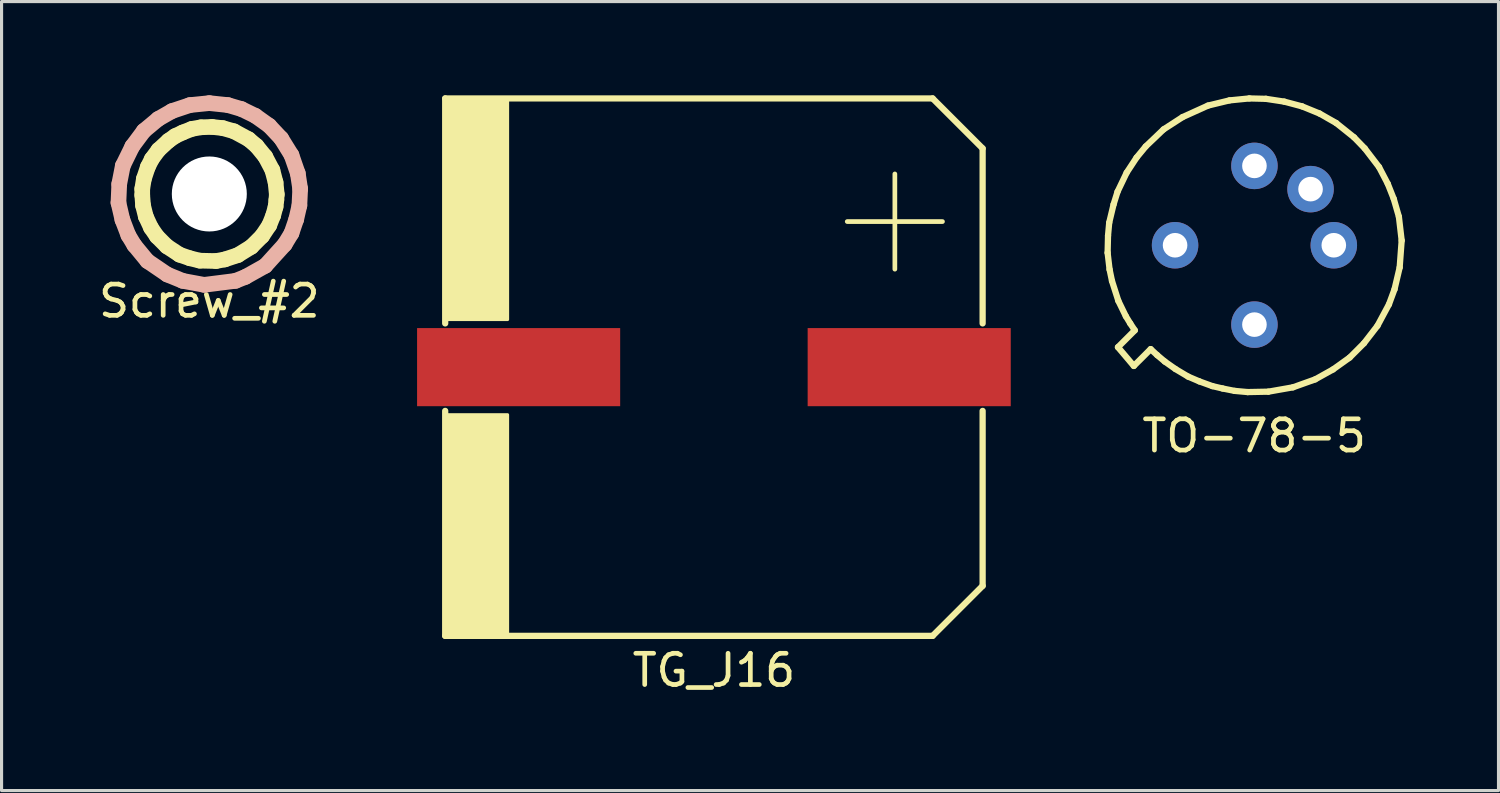
<source format=kicad_pcb>
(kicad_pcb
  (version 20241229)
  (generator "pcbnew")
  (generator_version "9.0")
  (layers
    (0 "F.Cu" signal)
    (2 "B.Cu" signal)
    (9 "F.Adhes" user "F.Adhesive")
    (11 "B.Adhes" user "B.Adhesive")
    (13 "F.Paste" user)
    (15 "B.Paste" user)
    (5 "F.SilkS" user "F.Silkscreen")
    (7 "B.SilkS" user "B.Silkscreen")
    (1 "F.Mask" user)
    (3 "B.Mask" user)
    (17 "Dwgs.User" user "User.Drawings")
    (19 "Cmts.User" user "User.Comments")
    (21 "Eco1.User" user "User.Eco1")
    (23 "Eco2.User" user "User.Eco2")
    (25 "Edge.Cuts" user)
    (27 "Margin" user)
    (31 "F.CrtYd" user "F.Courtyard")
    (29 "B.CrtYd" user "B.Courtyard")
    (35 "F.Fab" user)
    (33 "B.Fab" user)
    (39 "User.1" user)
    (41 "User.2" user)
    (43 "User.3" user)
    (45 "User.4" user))
  (footprint "TG_J16"
    (layer "F.Cu")
    (at 19.798 8.7)
    (property "Reference" "TG_J16" (at 0 9.703 0) (layer "F.SilkS") (effects (font (size 1 1) (thickness 0.15))))
    (attr through_hole)
    (fp_line (start -8.6 -8.6) (end -8.6 -1.4) (stroke (width 0.2) (type solid)) (layer "F.SilkS"))
    (fp_line (start -8.6 -8.6) (end 7 -8.6) (stroke (width 0.2) (type solid)) (layer "F.SilkS"))
    (fp_line (start -8.6 8.6) (end -8.6 1.4) (stroke (width 0.2) (type solid)) (layer "F.SilkS"))
    (fp_line (start -8.6 8.6) (end 7 8.6) (stroke (width 0.2) (type solid)) (layer "F.SilkS"))
    (fp_line (start 7 -8.6) (end 8.6 -7) (stroke (width 0.2) (type solid)) (layer "F.SilkS"))
    (fp_line (start 8.6 -1.4) (end 8.6 -7) (stroke (width 0.2) (type solid)) (layer "F.SilkS"))
    (fp_line (start 8.6 1.4) (end 8.6 7) (stroke (width 0.2) (type solid)) (layer "F.SilkS"))
    (fp_line (start 8.6 7) (end 7 8.6) (stroke (width 0.2) (type solid)) (layer "F.SilkS"))
    (fp_poly (pts (xy -8.534 -8.534) (xy -6.604 -8.534) (xy -6.604 -1.524) (xy -8.534 -1.524)) (stroke (width 0.1) (type solid)) (fill yes) (layer "F.SilkS"))
    (fp_poly (pts (xy -8.534 8.534) (xy -6.604 8.534) (xy -6.604 1.524) (xy -8.534 1.524)) (stroke (width 0.1) (type solid)) (fill yes) (layer "F.SilkS"))
    (fp_text user "+" (at 5.791 -4.978 0) (layer "F.SilkS") (effects (font (size 4 4) (thickness 0.15))))
    (pad "1" smd rect (at 6.25 0) (size 6.5 2.5) (layers "F.Cu" "F.Mask" "F.Paste"))
    (pad "2" smd rect (at -6.25 0) (size 6.5 2.5) (layers "F.Cu" "F.Mask" "F.Paste")))
  (footprint "Screw_#2"
    (layer "F.Cu")
    (at 3.649 3.158)
    (property "Reference" "Screw_#2" (at 0 3.429 0) (layer "F.SilkS") (effects (font (size 1 1) (thickness 0.15))))
    (attr through_hole)
    (fp_line (start -2.146 -0.165) (end -2.146 0.038) (stroke (width 0.5) (type solid)) (layer "F.SilkS"))
    (fp_line (start -2.146 0.038) (end -2.121 0.368) (stroke (width 0.5) (type solid)) (layer "F.SilkS"))
    (fp_line (start -2.121 0.368) (end -2.032 0.724) (stroke (width 0.5) (type solid)) (layer "F.SilkS"))
    (fp_line (start -2.095 -0.483) (end -2.146 -0.165) (stroke (width 0.5) (type solid)) (layer "F.SilkS"))
    (fp_line (start -2.032 0.724) (end -1.867 1.079) (stroke (width 0.5) (type solid)) (layer "F.SilkS"))
    (fp_line (start -1.968 -0.864) (end -2.095 -0.483) (stroke (width 0.5) (type solid)) (layer "F.SilkS"))
    (fp_line (start -1.867 1.079) (end -1.676 1.359) (stroke (width 0.5) (type solid)) (layer "F.SilkS"))
    (fp_line (start -1.841 -1.118) (end -1.968 -0.864) (stroke (width 0.5) (type solid)) (layer "F.SilkS"))
    (fp_line (start -1.676 1.359) (end -1.359 1.676) (stroke (width 0.5) (type solid)) (layer "F.SilkS"))
    (fp_line (start -1.626 -1.41) (end -1.841 -1.118) (stroke (width 0.5) (type solid)) (layer "F.SilkS"))
    (fp_line (start -1.359 1.676) (end -0.953 1.943) (stroke (width 0.5) (type solid)) (layer "F.SilkS"))
    (fp_line (start -1.308 -1.702) (end -1.626 -1.41) (stroke (width 0.5) (type solid)) (layer "F.SilkS"))
    (fp_line (start -1.092 -1.854) (end -1.308 -1.702) (stroke (width 0.5) (type solid)) (layer "F.SilkS"))
    (fp_line (start -0.953 1.943) (end -0.622 2.057) (stroke (width 0.5) (type solid)) (layer "F.SilkS"))
    (fp_line (start -0.851 -1.968) (end -1.092 -1.854) (stroke (width 0.5) (type solid)) (layer "F.SilkS"))
    (fp_line (start -0.622 2.057) (end -0.305 2.134) (stroke (width 0.5) (type solid)) (layer "F.SilkS"))
    (fp_line (start -0.559 -2.083) (end -0.851 -1.968) (stroke (width 0.5) (type solid)) (layer "F.SilkS"))
    (fp_line (start -0.305 2.134) (end 0.216 2.146) (stroke (width 0.5) (type solid)) (layer "F.SilkS"))
    (fp_line (start -0.267 -2.134) (end -0.559 -2.083) (stroke (width 0.5) (type solid)) (layer "F.SilkS"))
    (fp_line (start 0.089 -2.146) (end -0.267 -2.134) (stroke (width 0.5) (type solid)) (layer "F.SilkS"))
    (fp_line (start 0.216 2.146) (end 0.495 2.095) (stroke (width 0.5) (type solid)) (layer "F.SilkS"))
    (fp_line (start 0.432 -2.108) (end 0.089 -2.146) (stroke (width 0.5) (type solid)) (layer "F.SilkS"))
    (fp_line (start 0.495 2.095) (end 0.914 1.956) (stroke (width 0.5) (type solid)) (layer "F.SilkS"))
    (fp_line (start 0.787 -2.007) (end 0.432 -2.108) (stroke (width 0.5) (type solid)) (layer "F.SilkS"))
    (fp_line (start 0.914 1.956) (end 1.346 1.689) (stroke (width 0.5) (type solid)) (layer "F.SilkS"))
    (fp_line (start 1.257 -1.753) (end 0.787 -2.007) (stroke (width 0.5) (type solid)) (layer "F.SilkS"))
    (fp_line (start 1.346 1.689) (end 1.689 1.346) (stroke (width 0.5) (type solid)) (layer "F.SilkS"))
    (fp_line (start 1.511 -1.537) (end 1.257 -1.753) (stroke (width 0.5) (type solid)) (layer "F.SilkS"))
    (fp_line (start 1.689 1.346) (end 1.918 1.003) (stroke (width 0.5) (type solid)) (layer "F.SilkS"))
    (fp_line (start 1.791 -1.194) (end 1.511 -1.537) (stroke (width 0.5) (type solid)) (layer "F.SilkS"))
    (fp_line (start 1.918 1.003) (end 2.045 0.686) (stroke (width 0.5) (type solid)) (layer "F.SilkS"))
    (fp_line (start 2.019 -0.762) (end 1.791 -1.194) (stroke (width 0.5) (type solid)) (layer "F.SilkS"))
    (fp_line (start 2.045 0.686) (end 2.121 0.406) (stroke (width 0.5) (type solid)) (layer "F.SilkS"))
    (fp_line (start 2.121 -0.368) (end 2.019 -0.762) (stroke (width 0.5) (type solid)) (layer "F.SilkS"))
    (fp_line (start 2.121 0.406) (end 2.146 0.191) (stroke (width 0.5) (type solid)) (layer "F.SilkS"))
    (fp_line (start 2.146 0.191) (end 2.159 0.013) (stroke (width 0.5) (type solid)) (layer "F.SilkS"))
    (fp_line (start 2.159 0.013) (end 2.121 -0.368) (stroke (width 0.5) (type solid)) (layer "F.SilkS"))
    (fp_line (start -2.908 0.279) (end -2.781 0.826) (stroke (width 0.5) (type solid)) (layer "B.SilkS"))
    (fp_line (start -2.883 -0.318) (end -2.908 0.279) (stroke (width 0.5) (type solid)) (layer "B.SilkS"))
    (fp_line (start -2.781 0.826) (end -2.591 1.321) (stroke (width 0.5) (type solid)) (layer "B.SilkS"))
    (fp_line (start -2.769 -0.902) (end -2.883 -0.318) (stroke (width 0.5) (type solid)) (layer "B.SilkS"))
    (fp_line (start -2.591 1.321) (end -2.4 1.638) (stroke (width 0.5) (type solid)) (layer "B.SilkS"))
    (fp_line (start -2.464 -1.524) (end -2.769 -0.902) (stroke (width 0.5) (type solid)) (layer "B.SilkS"))
    (fp_line (start -2.4 1.638) (end -1.981 2.146) (stroke (width 0.5) (type solid)) (layer "B.SilkS"))
    (fp_line (start -2.095 -2.019) (end -2.464 -1.524) (stroke (width 0.5) (type solid)) (layer "B.SilkS"))
    (fp_line (start -1.981 2.146) (end -1.346 2.578) (stroke (width 0.5) (type solid)) (layer "B.SilkS"))
    (fp_line (start -1.638 -2.4) (end -2.095 -2.019) (stroke (width 0.5) (type solid)) (layer "B.SilkS"))
    (fp_line (start -1.346 2.578) (end -0.851 2.781) (stroke (width 0.5) (type solid)) (layer "B.SilkS"))
    (fp_line (start -1.194 -2.654) (end -1.638 -2.4) (stroke (width 0.5) (type solid)) (layer "B.SilkS"))
    (fp_line (start -0.851 2.781) (end -0.165 2.908) (stroke (width 0.5) (type solid)) (layer "B.SilkS"))
    (fp_line (start -0.622 -2.845) (end -1.194 -2.654) (stroke (width 0.5) (type solid)) (layer "B.SilkS"))
    (fp_line (start -0.165 2.908) (end 0.838 2.781) (stroke (width 0.5) (type solid)) (layer "B.SilkS"))
    (fp_line (start 0 -2.908) (end -0.622 -2.845) (stroke (width 0.5) (type solid)) (layer "B.SilkS"))
    (fp_line (start 0.597 -2.845) (end 0 -2.908) (stroke (width 0.5) (type solid)) (layer "B.SilkS"))
    (fp_line (start 0.838 2.781) (end 1.156 2.654) (stroke (width 0.5) (type solid)) (layer "B.SilkS"))
    (fp_line (start 1.029 -2.718) (end 0.597 -2.845) (stroke (width 0.5) (type solid)) (layer "B.SilkS"))
    (fp_line (start 1.156 2.654) (end 1.791 2.299) (stroke (width 0.5) (type solid)) (layer "B.SilkS"))
    (fp_line (start 1.473 -2.502) (end 1.029 -2.718) (stroke (width 0.5) (type solid)) (layer "B.SilkS"))
    (fp_line (start 1.791 2.299) (end 2.413 1.613) (stroke (width 0.5) (type solid)) (layer "B.SilkS"))
    (fp_line (start 1.918 -2.184) (end 1.473 -2.502) (stroke (width 0.5) (type solid)) (layer "B.SilkS"))
    (fp_line (start 2.299 -1.778) (end 1.918 -2.184) (stroke (width 0.5) (type solid)) (layer "B.SilkS"))
    (fp_line (start 2.413 1.613) (end 2.629 1.257) (stroke (width 0.5) (type solid)) (layer "B.SilkS"))
    (fp_line (start 2.629 -1.245) (end 2.299 -1.778) (stroke (width 0.5) (type solid)) (layer "B.SilkS"))
    (fp_line (start 2.629 1.257) (end 2.781 0.813) (stroke (width 0.5) (type solid)) (layer "B.SilkS"))
    (fp_line (start 2.781 0.813) (end 2.883 0.368) (stroke (width 0.5) (type solid)) (layer "B.SilkS"))
    (fp_line (start 2.832 -0.66) (end 2.629 -1.245) (stroke (width 0.5) (type solid)) (layer "B.SilkS"))
    (fp_line (start 2.883 0.368) (end 2.908 -0.165) (stroke (width 0.5) (type solid)) (layer "B.SilkS"))
    (fp_line (start 2.908 -0.165) (end 2.832 -0.66) (stroke (width 0.5) (type solid)) (layer "B.SilkS"))
    (pad "" np_thru_hole circle (at 0 0) (size 2.4 2.4) (drill 2.4) (layers "*.Cu" "*.Mask")))
  (footprint "TO-78-5"
    (layer "F.Cu")
    (at 37.097 4.799)
    (property "Reference" "TO-78-5" (at -0.01 6.1 0) (layer "F.SilkS") (effects (font (size 1 1) (thickness 0.15))))
    (attr through_hole)
    (fp_line (start -4.699 0.241) (end -4.636 0.775) (stroke (width 0.2) (type solid)) (layer "F.SilkS"))
    (fp_line (start -4.686 -0.305) (end -4.699 0.241) (stroke (width 0.2) (type solid)) (layer "F.SilkS"))
    (fp_line (start -4.648 -0.724) (end -4.686 -0.305) (stroke (width 0.2) (type solid)) (layer "F.SilkS"))
    (fp_line (start -4.636 0.775) (end -4.559 1.143) (stroke (width 0.2) (type solid)) (layer "F.SilkS"))
    (fp_line (start -4.559 1.143) (end -4.356 1.778) (stroke (width 0.2) (type solid)) (layer "F.SilkS"))
    (fp_line (start -4.508 -1.308) (end -4.648 -0.724) (stroke (width 0.2) (type solid)) (layer "F.SilkS"))
    (fp_line (start -4.381 -1.714) (end -4.508 -1.308) (stroke (width 0.2) (type solid)) (layer "F.SilkS"))
    (fp_line (start -4.368 3.262) (end -3.86 3.863) (stroke (width 0.2) (type solid)) (layer "F.SilkS"))
    (fp_line (start -4.356 1.778) (end -4.115 2.273) (stroke (width 0.2) (type solid)) (layer "F.SilkS"))
    (fp_line (start -4.115 2.273) (end -3.975 2.502) (stroke (width 0.2) (type solid)) (layer "F.SilkS"))
    (fp_line (start -4.089 -2.324) (end -4.381 -1.714) (stroke (width 0.2) (type solid)) (layer "F.SilkS"))
    (fp_line (start -3.975 2.502) (end -3.829 2.723) (stroke (width 0.2) (type solid)) (layer "F.SilkS"))
    (fp_line (start -3.829 2.723) (end -4.368 3.262) (stroke (width 0.2) (type solid)) (layer "F.SilkS"))
    (fp_line (start -3.772 -2.807) (end -4.089 -2.324) (stroke (width 0.2) (type solid)) (layer "F.SilkS"))
    (fp_line (start -3.48 -3.162) (end -3.772 -2.807) (stroke (width 0.2) (type solid)) (layer "F.SilkS"))
    (fp_line (start -3.321 3.324) (end -3.86 3.863) (stroke (width 0.2) (type solid)) (layer "F.SilkS"))
    (fp_line (start -3.321 3.324) (end -3.111 3.518) (stroke (width 0.2) (type solid)) (layer "F.SilkS"))
    (fp_line (start -3.111 3.518) (end -2.87 3.721) (stroke (width 0.2) (type solid)) (layer "F.SilkS"))
    (fp_line (start -2.908 -3.708) (end -3.48 -3.162) (stroke (width 0.2) (type solid)) (layer "F.SilkS"))
    (fp_line (start -2.87 3.721) (end -2.527 3.962) (stroke (width 0.2) (type solid)) (layer "F.SilkS"))
    (fp_line (start -2.527 3.962) (end -2.121 4.204) (stroke (width 0.2) (type solid)) (layer "F.SilkS"))
    (fp_line (start -2.299 -4.102) (end -2.908 -3.708) (stroke (width 0.2) (type solid)) (layer "F.SilkS"))
    (fp_line (start -2.121 4.204) (end -1.765 4.356) (stroke (width 0.2) (type solid)) (layer "F.SilkS"))
    (fp_line (start -1.765 4.356) (end -1.346 4.508) (stroke (width 0.2) (type solid)) (layer "F.SilkS"))
    (fp_line (start -1.486 -4.47) (end -2.299 -4.102) (stroke (width 0.2) (type solid)) (layer "F.SilkS"))
    (fp_line (start -1.346 4.508) (end -1.016 4.585) (stroke (width 0.2) (type solid)) (layer "F.SilkS"))
    (fp_line (start -1.016 4.585) (end -0.635 4.661) (stroke (width 0.2) (type solid)) (layer "F.SilkS"))
    (fp_line (start -0.8 -4.636) (end -1.486 -4.47) (stroke (width 0.2) (type solid)) (layer "F.SilkS"))
    (fp_line (start -0.635 4.661) (end -0.216 4.699) (stroke (width 0.2) (type solid)) (layer "F.SilkS"))
    (fp_line (start -0.216 4.699) (end 0.445 4.686) (stroke (width 0.2) (type solid)) (layer "F.SilkS"))
    (fp_line (start -0.165 -4.699) (end -0.8 -4.636) (stroke (width 0.2) (type solid)) (layer "F.SilkS"))
    (fp_line (start 0.368 -4.686) (end -0.165 -4.699) (stroke (width 0.2) (type solid)) (layer "F.SilkS"))
    (fp_line (start 0.445 4.686) (end 1.232 4.547) (stroke (width 0.2) (type solid)) (layer "F.SilkS"))
    (fp_line (start 0.953 -4.597) (end 0.368 -4.686) (stroke (width 0.2) (type solid)) (layer "F.SilkS"))
    (fp_line (start 1.232 4.547) (end 1.943 4.293) (stroke (width 0.2) (type solid)) (layer "F.SilkS"))
    (fp_line (start 1.524 -4.445) (end 0.953 -4.597) (stroke (width 0.2) (type solid)) (layer "F.SilkS"))
    (fp_line (start 1.943 4.293) (end 2.515 3.975) (stroke (width 0.2) (type solid)) (layer "F.SilkS"))
    (fp_line (start 2.083 -4.216) (end 1.524 -4.445) (stroke (width 0.2) (type solid)) (layer "F.SilkS"))
    (fp_line (start 2.515 3.975) (end 3.048 3.594) (stroke (width 0.2) (type solid)) (layer "F.SilkS"))
    (fp_line (start 2.616 -3.912) (end 2.083 -4.216) (stroke (width 0.2) (type solid)) (layer "F.SilkS"))
    (fp_line (start 3.048 3.594) (end 3.505 3.137) (stroke (width 0.2) (type solid)) (layer "F.SilkS"))
    (fp_line (start 3.188 -3.454) (end 2.616 -3.912) (stroke (width 0.2) (type solid)) (layer "F.SilkS"))
    (fp_line (start 3.505 3.137) (end 3.937 2.578) (stroke (width 0.2) (type solid)) (layer "F.SilkS"))
    (fp_line (start 3.531 -3.099) (end 3.188 -3.454) (stroke (width 0.2) (type solid)) (layer "F.SilkS"))
    (fp_line (start 3.937 2.578) (end 4.305 1.892) (stroke (width 0.2) (type solid)) (layer "F.SilkS"))
    (fp_line (start 3.988 -2.502) (end 3.531 -3.099) (stroke (width 0.2) (type solid)) (layer "F.SilkS"))
    (fp_line (start 4.267 -1.968) (end 3.988 -2.502) (stroke (width 0.2) (type solid)) (layer "F.SilkS"))
    (fp_line (start 4.305 1.892) (end 4.483 1.41) (stroke (width 0.2) (type solid)) (layer "F.SilkS"))
    (fp_line (start 4.458 -1.486) (end 4.267 -1.968) (stroke (width 0.2) (type solid)) (layer "F.SilkS"))
    (fp_line (start 4.483 1.41) (end 4.648 0.711) (stroke (width 0.2) (type solid)) (layer "F.SilkS"))
    (fp_line (start 4.623 -0.914) (end 4.458 -1.486) (stroke (width 0.2) (type solid)) (layer "F.SilkS"))
    (fp_line (start 4.648 0.711) (end 4.712 -0.152) (stroke (width 0.2) (type solid)) (layer "F.SilkS"))
    (fp_line (start 4.712 -0.152) (end 4.623 -0.914) (stroke (width 0.2) (type solid)) (layer "F.SilkS"))
    (pad "1" thru_hole circle (at 0 2.54) (size 1.488 1.488) (drill 0.787) (layers "*.Cu" "*.Mask"))
    (pad "3" thru_hole circle (at 2.54 0) (size 1.488 1.488) (drill 0.787) (layers "*.Cu" "*.Mask"))
    (pad "4" thru_hole circle (at 1.796 -1.796) (size 1.488 1.488) (drill 0.787) (layers "*.Cu" "*.Mask"))
    (pad "5" thru_hole circle (at 0 -2.54) (size 1.488 1.488) (drill 0.787) (layers "*.Cu" "*.Mask"))
    (pad "7" thru_hole circle (at -2.54 0) (size 1.488 1.488) (drill 0.787) (layers "*.Cu" "*.Mask")))
  (gr_rect
    (start -3 -3)
    (end 44.908 22.251)
    (stroke (width 0.1) (type default))
    (fill no)
    (layer "Edge.Cuts")))
</source>
